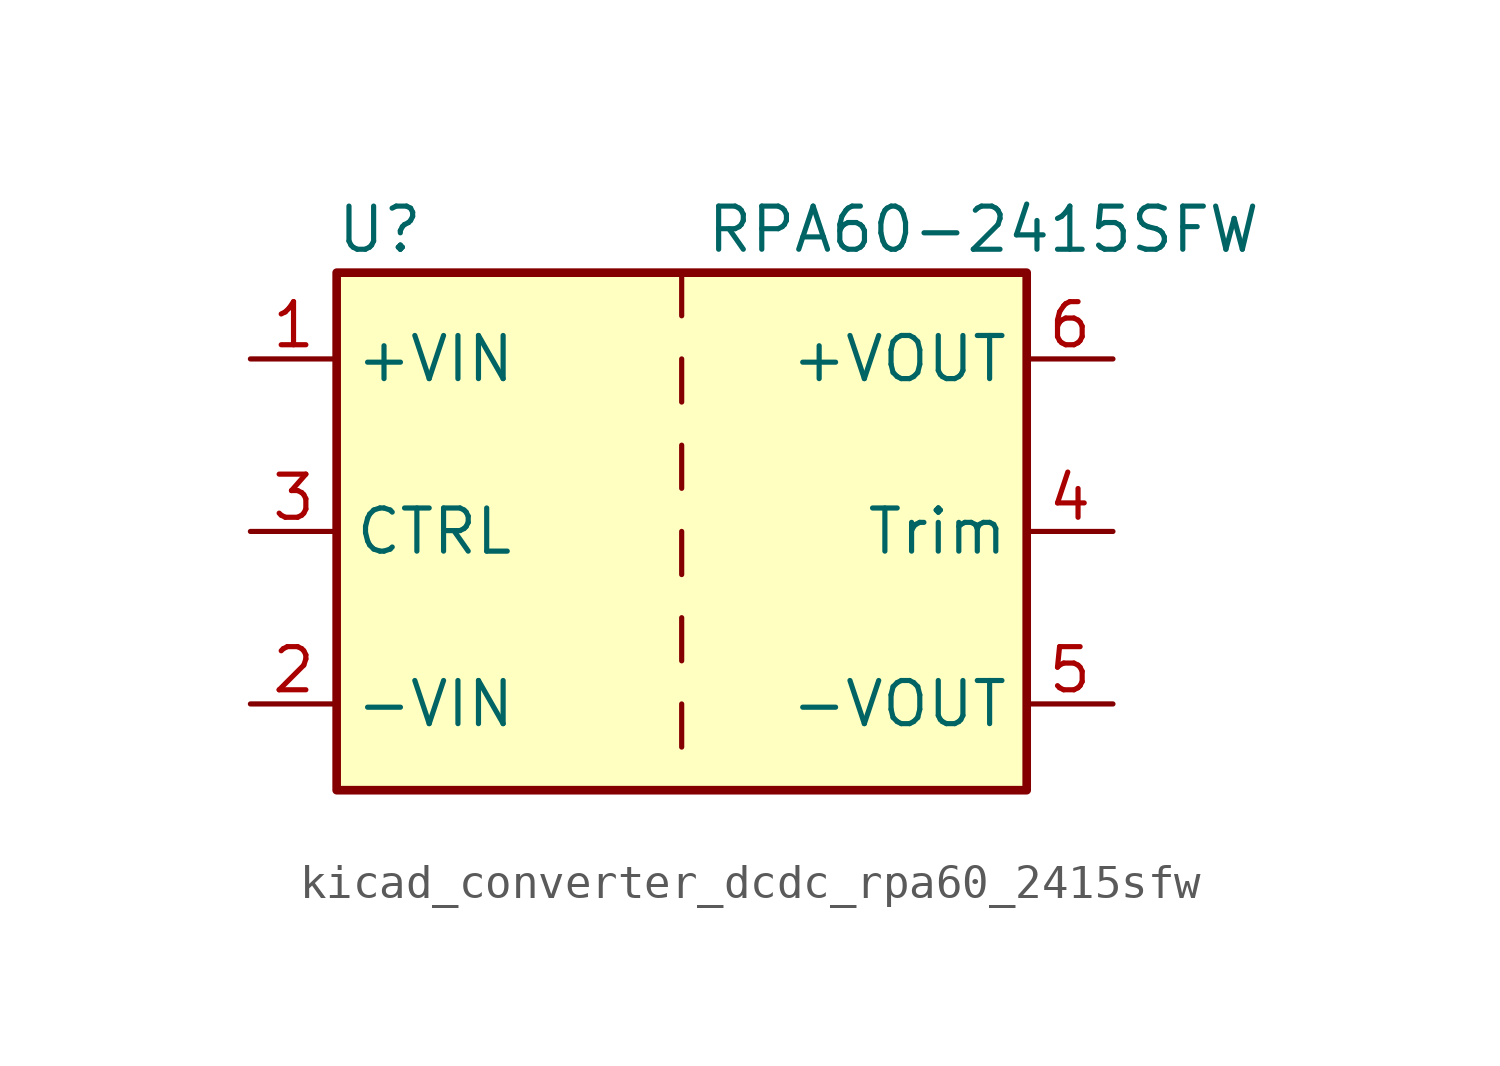
<source format=kicad_sym>
(kicad_symbol_lib
  (version 20220914)
  (generator kicad_symbol_editor)
  (symbol "kicad_converter_dcdc_rpa60_2415sfw"
    (property "Reference" "U"
      (at -8.89 8.89 0)
      (effects (font (size 1.27 1.27))))
    (property "Value" "RPA60-2415SFW"
      (at 8.89 8.89 0)
      (effects (font (size 1.27 1.27))))
    (symbol "kicad_converter_dcdc_rpa60_2415sfw_0_1"
      (rectangle (start -10.16 7.62) (end 10.16 -7.62) (stroke (width 0.254) (type default)) (fill (type background)))
      (polyline (pts (xy 0 -5.08) (xy 0 -6.35)) (stroke (width 0) (type default)) (fill (type none)))
      (polyline (pts (xy 0 -2.54) (xy 0 -3.81)) (stroke (width 0) (type default)) (fill (type none)))
      (polyline (pts (xy 0 0) (xy 0 -1.27)) (stroke (width 0) (type default)) (fill (type none)))
      (polyline (pts (xy 0 2.54) (xy 0 1.27)) (stroke (width 0) (type default)) (fill (type none)))
      (polyline (pts (xy 0 5.08) (xy 0 3.81)) (stroke (width 0) (type default)) (fill (type none)))
      (polyline (pts (xy 0 7.62) (xy 0 6.35)) (stroke (width 0) (type default)) (fill (type none))))
    (symbol "kicad_converter_dcdc_rpa60_2415sfw_1_1"
      (pin power_in line (at -12.7 5.08 0) (length 2.54) (name "+VIN" (effects (font (size 1.27 1.27)))) (number "1" (effects (font (size 1.27 1.27)))))
      (pin power_in line (at -12.7 -5.08 0) (length 2.54) (name "-VIN" (effects (font (size 1.27 1.27)))) (number "2" (effects (font (size 1.27 1.27)))))
      (pin input line (at -12.7 0 0) (length 2.54) (name "CTRL" (effects (font (size 1.27 1.27)))) (number "3" (effects (font (size 1.27 1.27)))))
      (pin input line (at 12.7 0 180) (length 2.54) (name "Trim" (effects (font (size 1.27 1.27)))) (number "4" (effects (font (size 1.27 1.27)))))
      (pin power_out line (at 12.7 -5.08 180) (length 2.54) (name "-VOUT" (effects (font (size 1.27 1.27)))) (number "5" (effects (font (size 1.27 1.27)))))
      (pin power_out line (at 12.7 5.08 180) (length 2.54) (name "+VOUT" (effects (font (size 1.27 1.27)))) (number "6" (effects (font (size 1.27 1.27))))))))
</source>
